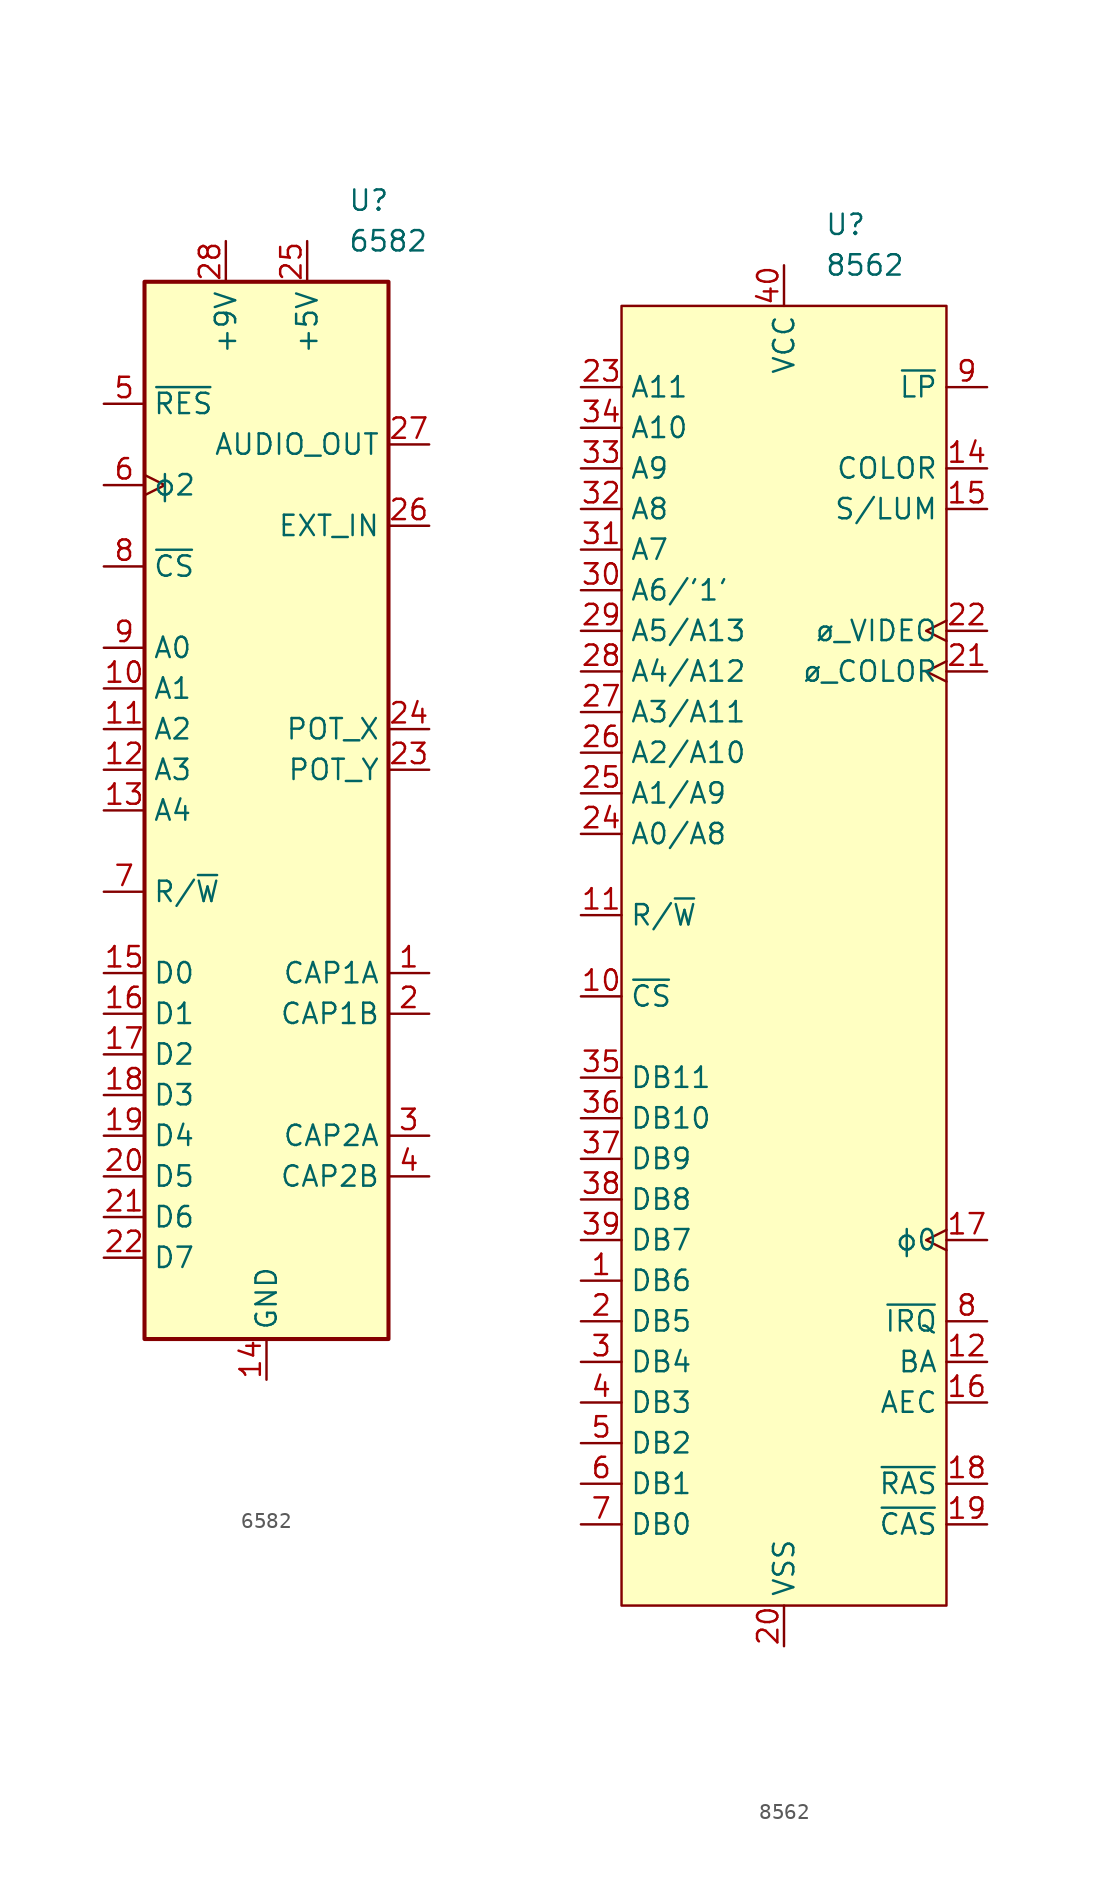
<source format=kicad_sym>
(kicad_symbol_lib
  (version 20220914)
  (generator kicad_symbol_editor)
  (symbol "6582"
    (property "Reference" "U"
      (at 5.08 38.1 0)
      (effects (font (size 1.27 1.27)) (justify left)))
    (property "Value" "6582"
      (at 5.08 35.56 0)
      (effects (font (size 1.27 1.27)) (justify left)))
    (symbol "6582_0_1"
      (rectangle (start -7.62 33.02) (end 7.62 -33.02) (stroke (width 0.254) (type default)) (fill (type background))))
    (symbol "6582_1_1"
      (pin passive line (at 10.16 -10.16 180) (length 2.54) (name "CAP1A" (effects (font (size 1.27 1.27)))) (number "1" (effects (font (size 1.27 1.27)))))
      (pin input line (at -10.16 7.62 0) (length 2.54) (name "A1" (effects (font (size 1.27 1.27)))) (number "10" (effects (font (size 1.27 1.27)))))
      (pin input line (at -10.16 5.08 0) (length 2.54) (name "A2" (effects (font (size 1.27 1.27)))) (number "11" (effects (font (size 1.27 1.27)))))
      (pin input line (at -10.16 2.54 0) (length 2.54) (name "A3" (effects (font (size 1.27 1.27)))) (number "12" (effects (font (size 1.27 1.27)))))
      (pin input line (at -10.16 0 0) (length 2.54) (name "A4" (effects (font (size 1.27 1.27)))) (number "13" (effects (font (size 1.27 1.27)))))
      (pin power_in line (at 0 -35.56 90) (length 2.54) (name "GND" (effects (font (size 1.27 1.27)))) (number "14" (effects (font (size 1.27 1.27)))))
      (pin bidirectional line (at -10.16 -10.16 0) (length 2.54) (name "D0" (effects (font (size 1.27 1.27)))) (number "15" (effects (font (size 1.27 1.27)))))
      (pin bidirectional line (at -10.16 -12.7 0) (length 2.54) (name "D1" (effects (font (size 1.27 1.27)))) (number "16" (effects (font (size 1.27 1.27)))))
      (pin bidirectional line (at -10.16 -15.24 0) (length 2.54) (name "D2" (effects (font (size 1.27 1.27)))) (number "17" (effects (font (size 1.27 1.27)))))
      (pin bidirectional line (at -10.16 -17.78 0) (length 2.54) (name "D3" (effects (font (size 1.27 1.27)))) (number "18" (effects (font (size 1.27 1.27)))))
      (pin bidirectional line (at -10.16 -20.32 0) (length 2.54) (name "D4" (effects (font (size 1.27 1.27)))) (number "19" (effects (font (size 1.27 1.27)))))
      (pin passive line (at 10.16 -12.7 180) (length 2.54) (name "CAP1B" (effects (font (size 1.27 1.27)))) (number "2" (effects (font (size 1.27 1.27)))))
      (pin bidirectional line (at -10.16 -22.86 0) (length 2.54) (name "D5" (effects (font (size 1.27 1.27)))) (number "20" (effects (font (size 1.27 1.27)))))
      (pin bidirectional line (at -10.16 -25.4 0) (length 2.54) (name "D6" (effects (font (size 1.27 1.27)))) (number "21" (effects (font (size 1.27 1.27)))))
      (pin bidirectional line (at -10.16 -27.94 0) (length 2.54) (name "D7" (effects (font (size 1.27 1.27)))) (number "22" (effects (font (size 1.27 1.27)))))
      (pin input line (at 10.16 2.54 180) (length 2.54) (name "POT_Y" (effects (font (size 1.27 1.27)))) (number "23" (effects (font (size 1.27 1.27)))))
      (pin input line (at 10.16 5.08 180) (length 2.54) (name "POT_X" (effects (font (size 1.27 1.27)))) (number "24" (effects (font (size 1.27 1.27)))))
      (pin power_in line (at 2.54 35.56 270) (length 2.54) (name "+5V" (effects (font (size 1.27 1.27)))) (number "25" (effects (font (size 1.27 1.27)))))
      (pin input line (at 10.16 17.78 180) (length 2.54) (name "EXT_IN" (effects (font (size 1.27 1.27)))) (number "26" (effects (font (size 1.27 1.27)))))
      (pin output line (at 10.16 22.86 180) (length 2.54) (name "AUDIO_OUT" (effects (font (size 1.27 1.27)))) (number "27" (effects (font (size 1.27 1.27)))))
      (pin power_in line (at -2.54 35.56 270) (length 2.54) (name "+9V" (effects (font (size 1.27 1.27)))) (number "28" (effects (font (size 1.27 1.27)))))
      (pin passive line (at 10.16 -20.32 180) (length 2.54) (name "CAP2A" (effects (font (size 1.27 1.27)))) (number "3" (effects (font (size 1.27 1.27)))))
      (pin passive line (at 10.16 -22.86 180) (length 2.54) (name "CAP2B" (effects (font (size 1.27 1.27)))) (number "4" (effects (font (size 1.27 1.27)))))
      (pin input line (at -10.16 25.4 0) (length 2.54) (name "~{RES}" (effects (font (size 1.27 1.27)))) (number "5" (effects (font (size 1.27 1.27)))))
      (pin input clock (at -10.16 20.32 0) (length 2.54) (name "ϕ2" (effects (font (size 1.27 1.27)))) (number "6" (effects (font (size 1.27 1.27)))))
      (pin input line (at -10.16 -5.08 0) (length 2.54) (name "R/~{W}" (effects (font (size 1.27 1.27)))) (number "7" (effects (font (size 1.27 1.27)))))
      (pin input line (at -10.16 15.24 0) (length 2.54) (name "~{CS}" (effects (font (size 1.27 1.27)))) (number "8" (effects (font (size 1.27 1.27)))))
      (pin input line (at -10.16 10.16 0) (length 2.54) (name "A0" (effects (font (size 1.27 1.27)))) (number "9" (effects (font (size 1.27 1.27)))))))
  (symbol "8562"
    (property "Reference" "U"
      (at 2.54 45.72 0)
      (effects (font (size 1.27 1.27)) (justify left)))
    (property "Value" "8562"
      (at 2.54 43.18 0)
      (effects (font (size 1.27 1.27)) (justify left)))
    (symbol "8562_0_1"
      (rectangle (start -10.16 40.64) (end 10.16 -40.64) (stroke (width 0) (type default)) (fill (type background))))
    (symbol "8562_1_1"
      (pin bidirectional line (at -12.7 -20.32 0) (length 2.54) (name "DB6" (effects (font (size 1.27 1.27)))) (number "1" (effects (font (size 1.27 1.27)))))
      (pin input line (at -12.7 -2.54 0) (length 2.54) (name "~{CS}" (effects (font (size 1.27 1.27)))) (number "10" (effects (font (size 1.27 1.27)))))
      (pin input line (at -12.7 2.54 0) (length 2.54) (name "R/~{W}" (effects (font (size 1.27 1.27)))) (number "11" (effects (font (size 1.27 1.27)))))
      (pin output line (at 12.7 -25.4 180) (length 2.54) (name "BA" (effects (font (size 1.27 1.27)))) (number "12" (effects (font (size 1.27 1.27)))))
      (pin passive line (at 0 43.18 270) (length 2.54) hide (name "VDD" (effects (font (size 1.27 1.27)))) (number "13" (effects (font (size 1.27 1.27)))))
      (pin output line (at 12.7 30.48 180) (length 2.54) (name "COLOR" (effects (font (size 1.27 1.27)))) (number "14" (effects (font (size 1.27 1.27)))))
      (pin output line (at 12.7 27.94 180) (length 2.54) (name "S/LUM" (effects (font (size 1.27 1.27)))) (number "15" (effects (font (size 1.27 1.27)))))
      (pin output line (at 12.7 -27.94 180) (length 2.54) (name "AEC" (effects (font (size 1.27 1.27)))) (number "16" (effects (font (size 1.27 1.27)))))
      (pin output clock (at 12.7 -17.78 180) (length 2.54) (name "ϕ0" (effects (font (size 1.27 1.27)))) (number "17" (effects (font (size 1.27 1.27)))))
      (pin output line (at 12.7 -33.02 180) (length 2.54) (name "~{RAS}" (effects (font (size 1.27 1.27)))) (number "18" (effects (font (size 1.27 1.27)))))
      (pin output line (at 12.7 -35.56 180) (length 2.54) (name "~{CAS}" (effects (font (size 1.27 1.27)))) (number "19" (effects (font (size 1.27 1.27)))))
      (pin bidirectional line (at -12.7 -22.86 0) (length 2.54) (name "DB5" (effects (font (size 1.27 1.27)))) (number "2" (effects (font (size 1.27 1.27)))))
      (pin power_in line (at 0 -43.18 90) (length 2.54) (name "VSS" (effects (font (size 1.27 1.27)))) (number "20" (effects (font (size 1.27 1.27)))))
      (pin input clock (at 12.7 17.78 180) (length 2.54) (name "ø_COLOR" (effects (font (size 1.27 1.27)))) (number "21" (effects (font (size 1.27 1.27)))))
      (pin input clock (at 12.7 20.32 180) (length 2.54) (name "ø_VIDEO" (effects (font (size 1.27 1.27)))) (number "22" (effects (font (size 1.27 1.27)))))
      (pin bidirectional line (at -12.7 35.56 0) (length 2.54) (name "A11" (effects (font (size 1.27 1.27)))) (number "23" (effects (font (size 1.27 1.27)))))
      (pin bidirectional line (at -12.7 7.62 0) (length 2.54) (name "A0/A8" (effects (font (size 1.27 1.27)))) (number "24" (effects (font (size 1.27 1.27)))))
      (pin bidirectional line (at -12.7 10.16 0) (length 2.54) (name "A1/A9" (effects (font (size 1.27 1.27)))) (number "25" (effects (font (size 1.27 1.27)))))
      (pin bidirectional line (at -12.7 12.7 0) (length 2.54) (name "A2/A10" (effects (font (size 1.27 1.27)))) (number "26" (effects (font (size 1.27 1.27)))))
      (pin bidirectional line (at -12.7 15.24 0) (length 2.54) (name "A3/A11" (effects (font (size 1.27 1.27)))) (number "27" (effects (font (size 1.27 1.27)))))
      (pin bidirectional line (at -12.7 17.78 0) (length 2.54) (name "A4/A12" (effects (font (size 1.27 1.27)))) (number "28" (effects (font (size 1.27 1.27)))))
      (pin bidirectional line (at -12.7 20.32 0) (length 2.54) (name "A5/A13" (effects (font (size 1.27 1.27)))) (number "29" (effects (font (size 1.27 1.27)))))
      (pin bidirectional line (at -12.7 -25.4 0) (length 2.54) (name "DB4" (effects (font (size 1.27 1.27)))) (number "3" (effects (font (size 1.27 1.27)))))
      (pin bidirectional line (at -12.7 22.86 0) (length 2.54) (name "A6/'1'" (effects (font (size 1.27 1.27)))) (number "30" (effects (font (size 1.27 1.27)))))
      (pin bidirectional line (at -12.7 25.4 0) (length 2.54) (name "A7" (effects (font (size 1.27 1.27)))) (number "31" (effects (font (size 1.27 1.27)))))
      (pin bidirectional line (at -12.7 27.94 0) (length 2.54) (name "A8" (effects (font (size 1.27 1.27)))) (number "32" (effects (font (size 1.27 1.27)))))
      (pin bidirectional line (at -12.7 30.48 0) (length 2.54) (name "A9" (effects (font (size 1.27 1.27)))) (number "33" (effects (font (size 1.27 1.27)))))
      (pin bidirectional line (at -12.7 33.02 0) (length 2.54) (name "A10" (effects (font (size 1.27 1.27)))) (number "34" (effects (font (size 1.27 1.27)))))
      (pin input line (at -12.7 -7.62 0) (length 2.54) (name "DB11" (effects (font (size 1.27 1.27)))) (number "35" (effects (font (size 1.27 1.27)))))
      (pin input line (at -12.7 -10.16 0) (length 2.54) (name "DB10" (effects (font (size 1.27 1.27)))) (number "36" (effects (font (size 1.27 1.27)))))
      (pin input line (at -12.7 -12.7 0) (length 2.54) (name "DB9" (effects (font (size 1.27 1.27)))) (number "37" (effects (font (size 1.27 1.27)))))
      (pin input line (at -12.7 -15.24 0) (length 2.54) (name "DB8" (effects (font (size 1.27 1.27)))) (number "38" (effects (font (size 1.27 1.27)))))
      (pin bidirectional line (at -12.7 -17.78 0) (length 2.54) (name "DB7" (effects (font (size 1.27 1.27)))) (number "39" (effects (font (size 1.27 1.27)))))
      (pin bidirectional line (at -12.7 -27.94 0) (length 2.54) (name "DB3" (effects (font (size 1.27 1.27)))) (number "4" (effects (font (size 1.27 1.27)))))
      (pin power_in line (at 0 43.18 270) (length 2.54) (name "VCC" (effects (font (size 1.27 1.27)))) (number "40" (effects (font (size 1.27 1.27)))))
      (pin bidirectional line (at -12.7 -30.48 0) (length 2.54) (name "DB2" (effects (font (size 1.27 1.27)))) (number "5" (effects (font (size 1.27 1.27)))))
      (pin bidirectional line (at -12.7 -33.02 0) (length 2.54) (name "DB1" (effects (font (size 1.27 1.27)))) (number "6" (effects (font (size 1.27 1.27)))))
      (pin bidirectional line (at -12.7 -35.56 0) (length 2.54) (name "DB0" (effects (font (size 1.27 1.27)))) (number "7" (effects (font (size 1.27 1.27)))))
      (pin open_collector line (at 12.7 -22.86 180) (length 2.54) (name "~{IRQ}" (effects (font (size 1.27 1.27)))) (number "8" (effects (font (size 1.27 1.27)))))
      (pin input line (at 12.7 35.56 180) (length 2.54) (name "~{LP}" (effects (font (size 1.27 1.27)))) (number "9" (effects (font (size 1.27 1.27))))))))
</source>
